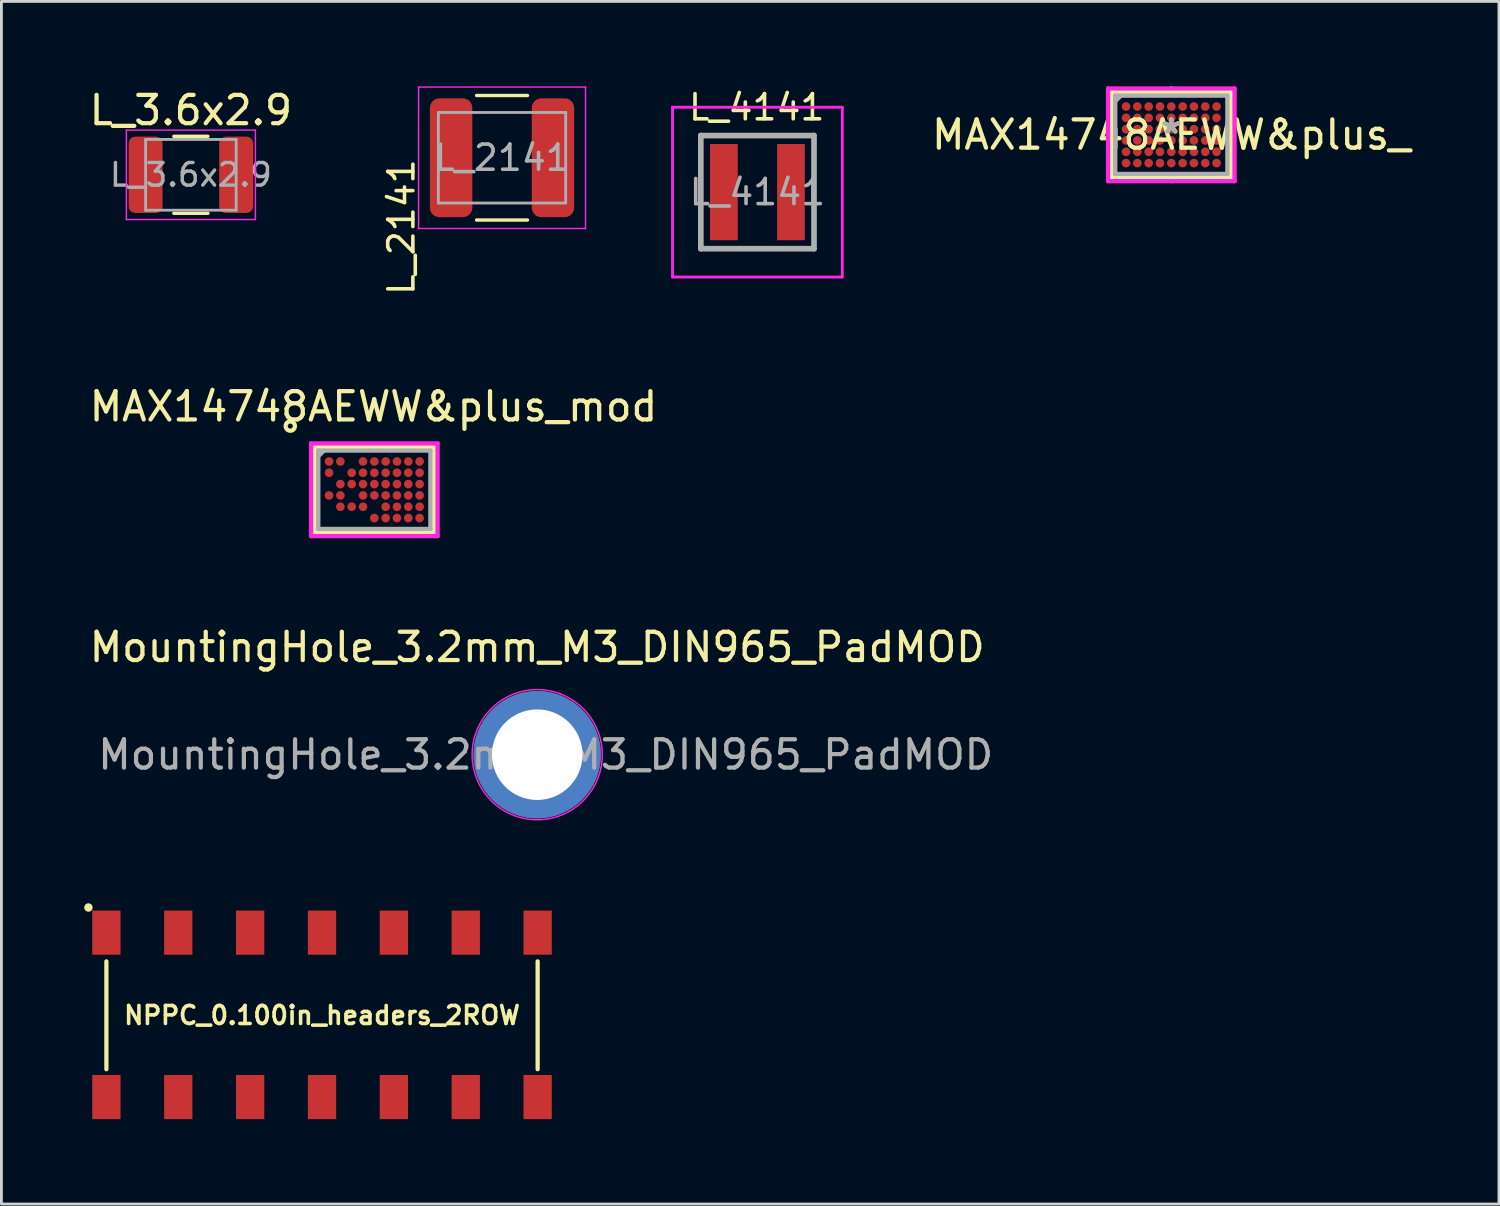
<source format=kicad_pcb>
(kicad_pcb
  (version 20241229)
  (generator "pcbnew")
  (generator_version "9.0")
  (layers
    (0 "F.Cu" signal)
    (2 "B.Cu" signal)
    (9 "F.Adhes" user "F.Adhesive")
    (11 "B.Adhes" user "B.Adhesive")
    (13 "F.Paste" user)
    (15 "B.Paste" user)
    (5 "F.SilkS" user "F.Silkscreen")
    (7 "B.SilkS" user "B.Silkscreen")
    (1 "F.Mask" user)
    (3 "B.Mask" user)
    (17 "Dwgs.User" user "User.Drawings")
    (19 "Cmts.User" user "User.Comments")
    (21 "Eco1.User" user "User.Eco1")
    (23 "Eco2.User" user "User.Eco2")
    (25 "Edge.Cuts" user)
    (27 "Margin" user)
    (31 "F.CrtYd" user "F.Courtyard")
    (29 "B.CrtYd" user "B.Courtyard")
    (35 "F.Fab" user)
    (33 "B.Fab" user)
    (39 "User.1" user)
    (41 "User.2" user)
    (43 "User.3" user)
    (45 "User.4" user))
  (footprint "MAX14748AEWW&plus_"
    (layer "F.Cu")
    (at 38.344 1.714)
    (property "Reference" "MAX14748AEWW&plus_" (at 0 0 0) (layer "F.SilkS") (effects (font (size 1 1) (thickness 0.15))))
    (attr through_hole)
    (fp_line (start -2.108 -1.511) (end -2.108 1.511) (stroke (width 0.152) (type solid)) (layer "F.SilkS"))
    (fp_line (start -2.108 1.511) (end 2.108 1.511) (stroke (width 0.152) (type solid)) (layer "F.SilkS"))
    (fp_line (start 0 -1.485) (end 0 -1.638) (stroke (width 0.152) (type solid)) (layer "F.SilkS"))
    (fp_line (start 0 1.485) (end 0 1.638) (stroke (width 0.152) (type solid)) (layer "F.SilkS"))
    (fp_line (start 2.108 -1.511) (end -2.108 -1.511) (stroke (width 0.152) (type solid)) (layer "F.SilkS"))
    (fp_line (start 2.108 1.511) (end 2.108 -1.511) (stroke (width 0.152) (type solid)) (layer "F.SilkS"))
    (fp_line (start -2.235 -1.638) (end 2.235 -1.638) (stroke (width 0.152) (type solid)) (layer "F.CrtYd"))
    (fp_line (start -2.235 1.638) (end -2.235 -1.638) (stroke (width 0.152) (type solid)) (layer "F.CrtYd"))
    (fp_line (start 2.235 -1.638) (end 2.235 1.638) (stroke (width 0.152) (type solid)) (layer "F.CrtYd"))
    (fp_line (start 2.235 1.638) (end -2.235 1.638) (stroke (width 0.152) (type solid)) (layer "F.CrtYd"))
    (fp_line (start -1.981 -1.384) (end -1.981 1.384) (stroke (width 0.152) (type solid)) (layer "F.Fab"))
    (fp_line (start -1.981 1.384) (end 1.981 1.384) (stroke (width 0.152) (type solid)) (layer "F.Fab"))
    (fp_line (start -1.781 -1.384) (end -1.981 -1.184) (stroke (width 0.152) (type solid)) (layer "F.Fab"))
    (fp_line (start 1.981 -1.384) (end -1.981 -1.384) (stroke (width 0.152) (type solid)) (layer "F.Fab"))
    (fp_line (start 1.981 1.384) (end 1.981 -1.384) (stroke (width 0.152) (type solid)) (layer "F.Fab"))
    (fp_text user "*" (at 0 0 0) (layer "F.SilkS") (effects (font (size 1 1) (thickness 0.15))))
    (fp_text user "Copyright 2016 Accelerated Designs. All rights reserved." (at 0 0 0) (layer "Cmts.User") (effects (font (size 0.127 0.127) (thickness 0.002))))
    (fp_text user "*" (at 0 0 0) (layer "F.Fab") (effects (font (size 1 1) (thickness 0.15))))
    (pad "A1" smd circle (at -1.6 -1) (size 0.305 0.305) (layers "F.Cu" "F.Mask" "F.Paste"))
    (pad "A2" smd circle (at -1.2 -1) (size 0.305 0.305) (layers "F.Cu" "F.Mask" "F.Paste"))
    (pad "A3" smd circle (at -0.8 -1) (size 0.305 0.305) (layers "F.Cu" "F.Mask" "F.Paste"))
    (pad "A4" smd circle (at -0.4 -1) (size 0.305 0.305) (layers "F.Cu" "F.Mask" "F.Paste"))
    (pad "A5" smd circle (at 0 -1) (size 0.305 0.305) (layers "F.Cu" "F.Mask" "F.Paste"))
    (pad "A6" smd circle (at 0.4 -1) (size 0.305 0.305) (layers "F.Cu" "F.Mask" "F.Paste"))
    (pad "A7" smd circle (at 0.8 -1) (size 0.305 0.305) (layers "F.Cu" "F.Mask" "F.Paste"))
    (pad "A8" smd circle (at 1.2 -1) (size 0.305 0.305) (layers "F.Cu" "F.Mask" "F.Paste"))
    (pad "A9" smd circle (at 1.6 -1) (size 0.305 0.305) (layers "F.Cu" "F.Mask" "F.Paste"))
    (pad "B1" smd circle (at -1.6 -0.6) (size 0.305 0.305) (layers "F.Cu" "F.Mask" "F.Paste"))
    (pad "B2" smd circle (at -1.2 -0.6) (size 0.305 0.305) (layers "F.Cu" "F.Mask" "F.Paste"))
    (pad "B3" smd circle (at -0.8 -0.6) (size 0.305 0.305) (layers "F.Cu" "F.Mask" "F.Paste"))
    (pad "B4" smd circle (at -0.4 -0.6) (size 0.305 0.305) (layers "F.Cu" "F.Mask" "F.Paste"))
    (pad "B5" smd circle (at 0 -0.6) (size 0.305 0.305) (layers "F.Cu" "F.Mask" "F.Paste"))
    (pad "B6" smd circle (at 0.4 -0.6) (size 0.305 0.305) (layers "F.Cu" "F.Mask" "F.Paste"))
    (pad "B7" smd circle (at 0.8 -0.6) (size 0.305 0.305) (layers "F.Cu" "F.Mask" "F.Paste"))
    (pad "B8" smd circle (at 1.2 -0.6) (size 0.305 0.305) (layers "F.Cu" "F.Mask" "F.Paste"))
    (pad "B9" smd circle (at 1.6 -0.6) (size 0.305 0.305) (layers "F.Cu" "F.Mask" "F.Paste"))
    (pad "C1" smd circle (at -1.6 -0.2) (size 0.305 0.305) (layers "F.Cu" "F.Mask" "F.Paste"))
    (pad "C2" smd circle (at -1.2 -0.2) (size 0.305 0.305) (layers "F.Cu" "F.Mask" "F.Paste"))
    (pad "C3" smd circle (at -0.8 -0.2) (size 0.305 0.305) (layers "F.Cu" "F.Mask" "F.Paste"))
    (pad "C4" smd circle (at -0.4 -0.2) (size 0.305 0.305) (layers "F.Cu" "F.Mask" "F.Paste"))
    (pad "C5" smd circle (at 0 -0.2) (size 0.305 0.305) (layers "F.Cu" "F.Mask" "F.Paste"))
    (pad "C6" smd circle (at 0.4 -0.2) (size 0.305 0.305) (layers "F.Cu" "F.Mask" "F.Paste"))
    (pad "C7" smd circle (at 0.8 -0.2) (size 0.305 0.305) (layers "F.Cu" "F.Mask" "F.Paste"))
    (pad "C8" smd circle (at 1.2 -0.2) (size 0.305 0.305) (layers "F.Cu" "F.Mask" "F.Paste"))
    (pad "C9" smd circle (at 1.6 -0.2) (size 0.305 0.305) (layers "F.Cu" "F.Mask" "F.Paste"))
    (pad "D1" smd circle (at -1.6 0.2) (size 0.305 0.305) (layers "F.Cu" "F.Mask" "F.Paste"))
    (pad "D2" smd circle (at -1.2 0.2) (size 0.305 0.305) (layers "F.Cu" "F.Mask" "F.Paste"))
    (pad "D3" smd circle (at -0.8 0.2) (size 0.305 0.305) (layers "F.Cu" "F.Mask" "F.Paste"))
    (pad "D4" smd circle (at -0.4 0.2) (size 0.305 0.305) (layers "F.Cu" "F.Mask" "F.Paste"))
    (pad "D5" smd circle (at 0 0.2) (size 0.305 0.305) (layers "F.Cu" "F.Mask" "F.Paste"))
    (pad "D6" smd circle (at 0.4 0.2) (size 0.305 0.305) (layers "F.Cu" "F.Mask" "F.Paste"))
    (pad "D7" smd circle (at 0.8 0.2) (size 0.305 0.305) (layers "F.Cu" "F.Mask" "F.Paste"))
    (pad "D8" smd circle (at 1.2 0.2) (size 0.305 0.305) (layers "F.Cu" "F.Mask" "F.Paste"))
    (pad "D9" smd circle (at 1.6 0.2) (size 0.305 0.305) (layers "F.Cu" "F.Mask" "F.Paste"))
    (pad "E1" smd circle (at -1.6 0.6) (size 0.305 0.305) (layers "F.Cu" "F.Mask" "F.Paste"))
    (pad "E2" smd circle (at -1.2 0.6) (size 0.305 0.305) (layers "F.Cu" "F.Mask" "F.Paste"))
    (pad "E3" smd circle (at -0.8 0.6) (size 0.305 0.305) (layers "F.Cu" "F.Mask" "F.Paste"))
    (pad "E4" smd circle (at -0.4 0.6) (size 0.305 0.305) (layers "F.Cu" "F.Mask" "F.Paste"))
    (pad "E5" smd circle (at 0 0.6) (size 0.305 0.305) (layers "F.Cu" "F.Mask" "F.Paste"))
    (pad "E6" smd circle (at 0.4 0.6) (size 0.305 0.305) (layers "F.Cu" "F.Mask" "F.Paste"))
    (pad "E7" smd circle (at 0.8 0.6) (size 0.305 0.305) (layers "F.Cu" "F.Mask" "F.Paste"))
    (pad "E8" smd circle (at 1.2 0.6) (size 0.305 0.305) (layers "F.Cu" "F.Mask" "F.Paste"))
    (pad "E9" smd circle (at 1.6 0.6) (size 0.305 0.305) (layers "F.Cu" "F.Mask" "F.Paste"))
    (pad "F1" smd circle (at -1.6 1) (size 0.305 0.305) (layers "F.Cu" "F.Mask" "F.Paste"))
    (pad "F2" smd circle (at -1.2 1) (size 0.305 0.305) (layers "F.Cu" "F.Mask" "F.Paste"))
    (pad "F3" smd circle (at -0.8 1) (size 0.305 0.305) (layers "F.Cu" "F.Mask" "F.Paste"))
    (pad "F4" smd circle (at -0.4 1) (size 0.305 0.305) (layers "F.Cu" "F.Mask" "F.Paste"))
    (pad "F5" smd circle (at 0 1) (size 0.305 0.305) (layers "F.Cu" "F.Mask" "F.Paste"))
    (pad "F6" smd circle (at 0.4 1) (size 0.305 0.305) (layers "F.Cu" "F.Mask" "F.Paste"))
    (pad "F7" smd circle (at 0.8 1) (size 0.305 0.305) (layers "F.Cu" "F.Mask" "F.Paste"))
    (pad "F8" smd circle (at 1.2 1) (size 0.305 0.305) (layers "F.Cu" "F.Mask" "F.Paste"))
    (pad "F9" smd circle (at 1.6 1) (size 0.305 0.305) (layers "F.Cu" "F.Mask" "F.Paste")))
  (footprint "MAX14748AEWW&plus_mod"
    (layer "F.Cu")
    (at 10.179 14.258)
    (property "Reference" "MAX14748AEWW&plus_mod" (at -0.03 -2.94 180) (layer "F.SilkS") (effects (font (size 1 1) (thickness 0.15))))
    (attr through_hole)
    (fp_line (start -2.108 -1.511) (end -2.108 1.511) (stroke (width 0.152) (type solid)) (layer "F.SilkS"))
    (fp_line (start -2.108 1.511) (end 2.108 1.511) (stroke (width 0.152) (type solid)) (layer "F.SilkS"))
    (fp_line (start 2.108 -1.511) (end -2.108 -1.511) (stroke (width 0.152) (type solid)) (layer "F.SilkS"))
    (fp_line (start 2.108 1.511) (end 2.108 -1.511) (stroke (width 0.152) (type solid)) (layer "F.SilkS"))
    (fp_circle (center -2.97 -2.25) (end -2.84 -2.15) (stroke (width 0.15) (type solid)) (fill no) (layer "F.SilkS"))
    (fp_line (start -2.235 -1.638) (end 2.235 -1.638) (stroke (width 0.152) (type solid)) (layer "F.CrtYd"))
    (fp_line (start -2.235 1.638) (end -2.235 -1.638) (stroke (width 0.152) (type solid)) (layer "F.CrtYd"))
    (fp_line (start 2.235 -1.638) (end 2.235 1.638) (stroke (width 0.152) (type solid)) (layer "F.CrtYd"))
    (fp_line (start 2.235 1.638) (end -2.235 1.638) (stroke (width 0.152) (type solid)) (layer "F.CrtYd"))
    (fp_line (start -1.981 -1.384) (end -1.981 1.384) (stroke (width 0.152) (type solid)) (layer "F.Fab"))
    (fp_line (start -1.981 1.384) (end 1.981 1.384) (stroke (width 0.152) (type solid)) (layer "F.Fab"))
    (fp_line (start -1.781 -1.384) (end -1.981 -1.184) (stroke (width 0.152) (type solid)) (layer "F.Fab"))
    (fp_line (start 1.981 -1.384) (end -1.981 -1.384) (stroke (width 0.152) (type solid)) (layer "F.Fab"))
    (fp_line (start 1.981 1.384) (end 1.981 -1.384) (stroke (width 0.152) (type solid)) (layer "F.Fab"))
    (pad "A1" smd circle (at -1.6 -1) (size 0.305 0.305) (layers "F.Cu" "F.Mask" "F.Paste"))
    (pad "A2" smd circle (at -1.2 -1) (size 0.305 0.305) (layers "F.Cu" "F.Mask" "F.Paste"))
    (pad "A4" smd circle (at -0.4 -1) (size 0.305 0.305) (layers "F.Cu" "F.Mask" "F.Paste"))
    (pad "A5" smd circle (at 0 -1) (size 0.305 0.305) (layers "F.Cu" "F.Mask" "F.Paste"))
    (pad "A6" smd circle (at 0.4 -1) (size 0.305 0.305) (layers "F.Cu" "F.Mask" "F.Paste"))
    (pad "A7" smd circle (at 0.8 -1) (size 0.305 0.305) (layers "F.Cu" "F.Mask" "F.Paste"))
    (pad "A8" smd circle (at 1.2 -1) (size 0.305 0.305) (layers "F.Cu" "F.Mask" "F.Paste"))
    (pad "A9" smd circle (at 1.6 -1) (size 0.305 0.305) (layers "F.Cu" "F.Mask" "F.Paste"))
    (pad "B1" smd circle (at -1.6 -0.6) (size 0.305 0.305) (layers "F.Cu" "F.Mask" "F.Paste"))
    (pad "B3" smd circle (at -0.8 -0.6) (size 0.305 0.305) (layers "F.Cu" "F.Mask" "F.Paste"))
    (pad "B4" smd circle (at -0.4 -0.6) (size 0.305 0.305) (layers "F.Cu" "F.Mask" "F.Paste"))
    (pad "B5" smd circle (at 0 -0.6) (size 0.305 0.305) (layers "F.Cu" "F.Mask" "F.Paste"))
    (pad "B6" smd circle (at 0.4 -0.6) (size 0.305 0.305) (layers "F.Cu" "F.Mask" "F.Paste"))
    (pad "B7" smd circle (at 0.8 -0.6) (size 0.305 0.305) (layers "F.Cu" "F.Mask" "F.Paste"))
    (pad "B8" smd circle (at 1.2 -0.6) (size 0.305 0.305) (layers "F.Cu" "F.Mask" "F.Paste"))
    (pad "B9" smd circle (at 1.6 -0.6) (size 0.305 0.305) (layers "F.Cu" "F.Mask" "F.Paste"))
    (pad "C2" smd circle (at -1.2 -0.2) (size 0.305 0.305) (layers "F.Cu" "F.Mask" "F.Paste"))
    (pad "C3" smd circle (at -0.8 -0.2) (size 0.305 0.305) (layers "F.Cu" "F.Mask" "F.Paste"))
    (pad "C4" smd circle (at -0.4 -0.2) (size 0.305 0.305) (layers "F.Cu" "F.Mask" "F.Paste"))
    (pad "C5" smd circle (at 0 -0.2) (size 0.305 0.305) (layers "F.Cu" "F.Mask" "F.Paste"))
    (pad "C6" smd circle (at 0.4 -0.2) (size 0.305 0.305) (layers "F.Cu" "F.Mask" "F.Paste"))
    (pad "C7" smd circle (at 0.8 -0.2) (size 0.305 0.305) (layers "F.Cu" "F.Mask" "F.Paste"))
    (pad "C8" smd circle (at 1.2 -0.2) (size 0.305 0.305) (layers "F.Cu" "F.Mask" "F.Paste"))
    (pad "C9" smd circle (at 1.6 -0.2) (size 0.305 0.305) (layers "F.Cu" "F.Mask" "F.Paste"))
    (pad "D1" smd circle (at -1.6 0.2) (size 0.305 0.305) (layers "F.Cu" "F.Mask" "F.Paste"))
    (pad "D2" smd circle (at -1.2 0.2) (size 0.305 0.305) (layers "F.Cu" "F.Mask" "F.Paste"))
    (pad "D4" smd circle (at -0.4 0.2) (size 0.305 0.305) (layers "F.Cu" "F.Mask" "F.Paste"))
    (pad "D5" smd circle (at 0 0.2) (size 0.305 0.305) (layers "F.Cu" "F.Mask" "F.Paste"))
    (pad "D6" smd circle (at 0.4 0.2) (size 0.305 0.305) (layers "F.Cu" "F.Mask" "F.Paste"))
    (pad "D7" smd circle (at 0.8 0.2) (size 0.305 0.305) (layers "F.Cu" "F.Mask" "F.Paste"))
    (pad "D8" smd circle (at 1.2 0.2) (size 0.305 0.305) (layers "F.Cu" "F.Mask" "F.Paste"))
    (pad "D9" smd circle (at 1.6 0.2) (size 0.305 0.305) (layers "F.Cu" "F.Mask" "F.Paste"))
    (pad "E2" smd circle (at -1.2 0.6) (size 0.305 0.305) (layers "F.Cu" "F.Mask" "F.Paste"))
    (pad "E3" smd circle (at -0.8 0.6) (size 0.305 0.305) (layers "F.Cu" "F.Mask" "F.Paste"))
    (pad "E4" smd circle (at -0.4 0.6) (size 0.305 0.305) (layers "F.Cu" "F.Mask" "F.Paste"))
    (pad "E6" smd circle (at 0.4 0.6) (size 0.305 0.305) (layers "F.Cu" "F.Mask" "F.Paste"))
    (pad "E7" smd circle (at 0.8 0.6) (size 0.305 0.305) (layers "F.Cu" "F.Mask" "F.Paste"))
    (pad "E8" smd circle (at 1.2 0.6) (size 0.305 0.305) (layers "F.Cu" "F.Mask" "F.Paste"))
    (pad "E9" smd circle (at 1.6 0.6) (size 0.305 0.305) (layers "F.Cu" "F.Mask" "F.Paste"))
    (pad "F5" smd circle (at 0 1) (size 0.305 0.305) (layers "F.Cu" "F.Mask" "F.Paste"))
    (pad "F6" smd circle (at 0.4 1) (size 0.305 0.305) (layers "F.Cu" "F.Mask" "F.Paste"))
    (pad "F7" smd circle (at 0.8 1) (size 0.305 0.305) (layers "F.Cu" "F.Mask" "F.Paste"))
    (pad "F8" smd circle (at 1.2 1) (size 0.305 0.305) (layers "F.Cu" "F.Mask" "F.Paste"))
    (pad "F9" smd circle (at 1.6 1) (size 0.305 0.305) (layers "F.Cu" "F.Mask" "F.Paste")))
  (footprint "NPPC_0.100in_headers_2ROW"
    (layer "F.Cu")
    (at 8.33 32.831)
    (property "Reference" "NPPC_0.100in_headers_2ROW" (at 0 0 0) (layer "F.SilkS") (effects (font (size 0.635 0.635) (thickness 0.127))))
    (attr through_hole)
    (fp_line (start -7.62 -1.906) (end -7.62 1.905) (stroke (width 0.15) (type solid)) (layer "F.SilkS"))
    (fp_line (start 7.62 -1.906) (end 7.62 1.905) (stroke (width 0.15) (type solid)) (layer "F.SilkS"))
    (fp_circle (center -8.255 -3.81) (end -8.255 -3.81) (stroke (width 0.15) (type solid)) (fill no) (layer "F.SilkS"))
    (pad "1" smd rect (at -7.62 -2.921) (size 1 1.56) (layers "F.Cu" "F.Mask" "F.Paste"))
    (pad "2" smd rect (at -5.08 -2.921) (size 1 1.56) (layers "F.Cu" "F.Mask" "F.Paste"))
    (pad "3" smd rect (at -2.54 -2.921) (size 1 1.56) (layers "F.Cu" "F.Mask" "F.Paste"))
    (pad "4" smd rect (at 0 -2.921) (size 1 1.56) (layers "F.Cu" "F.Mask" "F.Paste"))
    (pad "5" smd rect (at 2.54 -2.921) (size 1 1.56) (layers "F.Cu" "F.Mask" "F.Paste"))
    (pad "6" smd rect (at 5.08 -2.921) (size 1 1.56) (layers "F.Cu" "F.Mask" "F.Paste"))
    (pad "7" smd rect (at 7.62 -2.921) (size 1 1.56) (layers "F.Cu" "F.Mask" "F.Paste"))
    (pad "8" smd rect (at -7.62 2.889) (size 1 1.56) (layers "F.Cu" "F.Mask" "F.Paste"))
    (pad "9" smd rect (at -5.08 2.889) (size 1 1.56) (layers "F.Cu" "F.Mask" "F.Paste"))
    (pad "10" smd rect (at -2.54 2.889) (size 1 1.56) (layers "F.Cu" "F.Mask" "F.Paste"))
    (pad "11" smd rect (at 0 2.889) (size 1 1.56) (layers "F.Cu" "F.Mask" "F.Paste"))
    (pad "12" smd rect (at 2.54 2.889) (size 1 1.56) (layers "F.Cu" "F.Mask" "F.Paste"))
    (pad "13" smd rect (at 5.08 2.889) (size 1 1.56) (layers "F.Cu" "F.Mask" "F.Paste"))
    (pad "14" smd rect (at 7.62 2.889) (size 1 1.56) (layers "F.Cu" "F.Mask" "F.Paste")))
  (footprint "L_3.6x2.9"
    (layer "F.Cu")
    (at 3.696 3.128)
    (property "Reference" "L_3.6x2.9" (at 0 -2.28 0) (layer "F.SilkS") (effects (font (size 1 1) (thickness 0.15))))
    (attr smd)
    (fp_line (start -0.602 -1.36) (end 0.602 -1.36) (stroke (width 0.12) (type solid)) (layer "F.SilkS"))
    (fp_line (start -0.602 1.36) (end 0.602 1.36) (stroke (width 0.12) (type solid)) (layer "F.SilkS"))
    (fp_line (start -2.28 -1.58) (end 2.28 -1.58) (stroke (width 0.05) (type solid)) (layer "F.CrtYd"))
    (fp_line (start -2.28 1.58) (end -2.28 -1.58) (stroke (width 0.05) (type solid)) (layer "F.CrtYd"))
    (fp_line (start 2.28 -1.58) (end 2.28 1.58) (stroke (width 0.05) (type solid)) (layer "F.CrtYd"))
    (fp_line (start 2.28 1.58) (end -2.28 1.58) (stroke (width 0.05) (type solid)) (layer "F.CrtYd"))
    (fp_line (start -1.6 -1.25) (end 1.6 -1.25) (stroke (width 0.1) (type solid)) (layer "F.Fab"))
    (fp_line (start -1.6 1.25) (end -1.6 -1.25) (stroke (width 0.1) (type solid)) (layer "F.Fab"))
    (fp_line (start 1.6 -1.25) (end 1.6 1.25) (stroke (width 0.1) (type solid)) (layer "F.Fab"))
    (fp_line (start 1.6 1.25) (end -1.6 1.25) (stroke (width 0.1) (type solid)) (layer "F.Fab"))
    (fp_text user "${REFERENCE}" (at 0 0 0) (layer "F.Fab") (effects (font (size 0.8 0.8) (thickness 0.12))))
    (pad "1" smd roundrect (at -1.6 0) (size 1.2 2.7) (layers "F.Cu" "F.Mask" "F.Paste") (roundrect_rratio 0.2))
    (pad "2" smd roundrect (at 1.6 0) (size 1.2 2.7) (layers "F.Cu" "F.Mask" "F.Paste") (roundrect_rratio 0.2)))
  (footprint "MountingHole_3.2mm_M3_DIN965_PadMOD"
    (layer "F.Cu")
    (at 15.935 23.621)
    (property "Reference" "MountingHole_3.2mm_M3_DIN965_PadMOD" (at 0 -3.8 0) (layer "F.SilkS") (effects (font (size 1 1) (thickness 0.15))))
    (attr exclude_from_pos_files exclude_from_bom)
    (fp_circle (center 0 0) (end 2.3 0) (stroke (width 0.05) (type solid)) (fill no) (layer "F.CrtYd"))
    (fp_text user "${REFERENCE}" (at 0.3 0 0) (layer "F.Fab") (effects (font (size 1 1) (thickness 0.15))))
    (pad "1" thru_hole circle (at 0 0) (size 4.5 4.5) (drill 3.2) (layers "*.Cu" "*.Mask")))
  (footprint "L_2141"
    (layer "F.Cu")
    (at 14.692 2.525)
    (property "Reference" "L_2141" (at -3.556 2.451 90) (layer "F.SilkS") (effects (font (size 0.889 0.889) (thickness 0.127))))
    (attr smd)
    (fp_line (start -0.9 -2.2) (end 0.9 -2.2) (stroke (width 0.12) (type solid)) (layer "F.SilkS"))
    (fp_line (start -0.9 2.2) (end 0.9 2.2) (stroke (width 0.12) (type solid)) (layer "F.SilkS"))
    (fp_line (start -2.95 -2.5) (end 2.95 -2.5) (stroke (width 0.05) (type solid)) (layer "F.CrtYd"))
    (fp_line (start -2.95 2.5) (end -2.95 -2.5) (stroke (width 0.05) (type solid)) (layer "F.CrtYd"))
    (fp_line (start 2.95 2.5) (end -2.95 2.5) (stroke (width 0.05) (type solid)) (layer "F.CrtYd"))
    (fp_line (start 2.95 2.5) (end 2.95 -2.5) (stroke (width 0.05) (type solid)) (layer "F.CrtYd"))
    (fp_line (start -2.25 -1.6) (end 2.25 -1.6) (stroke (width 0.1) (type solid)) (layer "F.Fab"))
    (fp_line (start -2.25 1.6) (end -2.25 -1.6) (stroke (width 0.1) (type solid)) (layer "F.Fab"))
    (fp_line (start 2.25 -1.6) (end 2.25 1.6) (stroke (width 0.1) (type solid)) (layer "F.Fab"))
    (fp_line (start 2.25 1.6) (end -2.25 1.6) (stroke (width 0.1) (type solid)) (layer "F.Fab"))
    (fp_text user "${REFERENCE}" (at 0 0 0) (layer "F.Fab") (effects (font (size 0.889 0.889) (thickness 0.127))))
    (pad "1" smd roundrect (at -1.8 0) (size 1.5 4.2) (layers "F.Cu" "F.Mask" "F.Paste") (roundrect_rratio 0.222))
    (pad "2" smd roundrect (at 1.8 0) (size 1.5 4.2) (layers "F.Cu" "F.Mask" "F.Paste") (roundrect_rratio 0.222)))
  (footprint "L_4141"
    (layer "F.Cu")
    (at 23.717 3.74)
    (property "Reference" "L_4141" (at -0.025 -2.997 0) (layer "F.SilkS") (effects (font (size 0.889 0.889) (thickness 0.127))))
    (attr smd)
    (fp_line (start -2 -2) (end 2 -2) (stroke (width 0.1) (type solid)) (layer "F.SilkS"))
    (fp_line (start -2 2) (end -2 -2) (stroke (width 0.1) (type solid)) (layer "F.SilkS"))
    (fp_line (start 2 -2) (end 2 2) (stroke (width 0.1) (type solid)) (layer "F.SilkS"))
    (fp_line (start 2 2) (end -2 2) (stroke (width 0.1) (type solid)) (layer "F.SilkS"))
    (fp_line (start -3 -3) (end 3 -3) (stroke (width 0.1) (type solid)) (layer "F.CrtYd"))
    (fp_line (start -3 3) (end -3 -3) (stroke (width 0.1) (type solid)) (layer "F.CrtYd"))
    (fp_line (start 3 -3) (end 3 3) (stroke (width 0.1) (type solid)) (layer "F.CrtYd"))
    (fp_line (start 3 3) (end -3 3) (stroke (width 0.1) (type solid)) (layer "F.CrtYd"))
    (fp_line (start -2 -2) (end 2 -2) (stroke (width 0.2) (type solid)) (layer "F.Fab"))
    (fp_line (start -2 2) (end -2 -2) (stroke (width 0.2) (type solid)) (layer "F.Fab"))
    (fp_line (start 2 -2) (end 2 2) (stroke (width 0.2) (type solid)) (layer "F.Fab"))
    (fp_line (start 2 2) (end -2 2) (stroke (width 0.2) (type solid)) (layer "F.Fab"))
    (fp_text user "${REFERENCE}" (at 0 0 0) (layer "F.Fab") (effects (font (size 0.889 0.889) (thickness 0.127))))
    (pad "1" smd rect (at -1.185 0) (size 0.98 3.4) (layers "F.Cu" "F.Mask" "F.Paste"))
    (pad "2" smd rect (at 1.185 0) (size 0.98 3.4) (layers "F.Cu" "F.Mask" "F.Paste")))
  (gr_rect
    (start -3 -3)
    (end 49.922 39.5)
    (stroke (width 0.1) (type default))
    (fill no)
    (layer "Edge.Cuts")))
</source>
